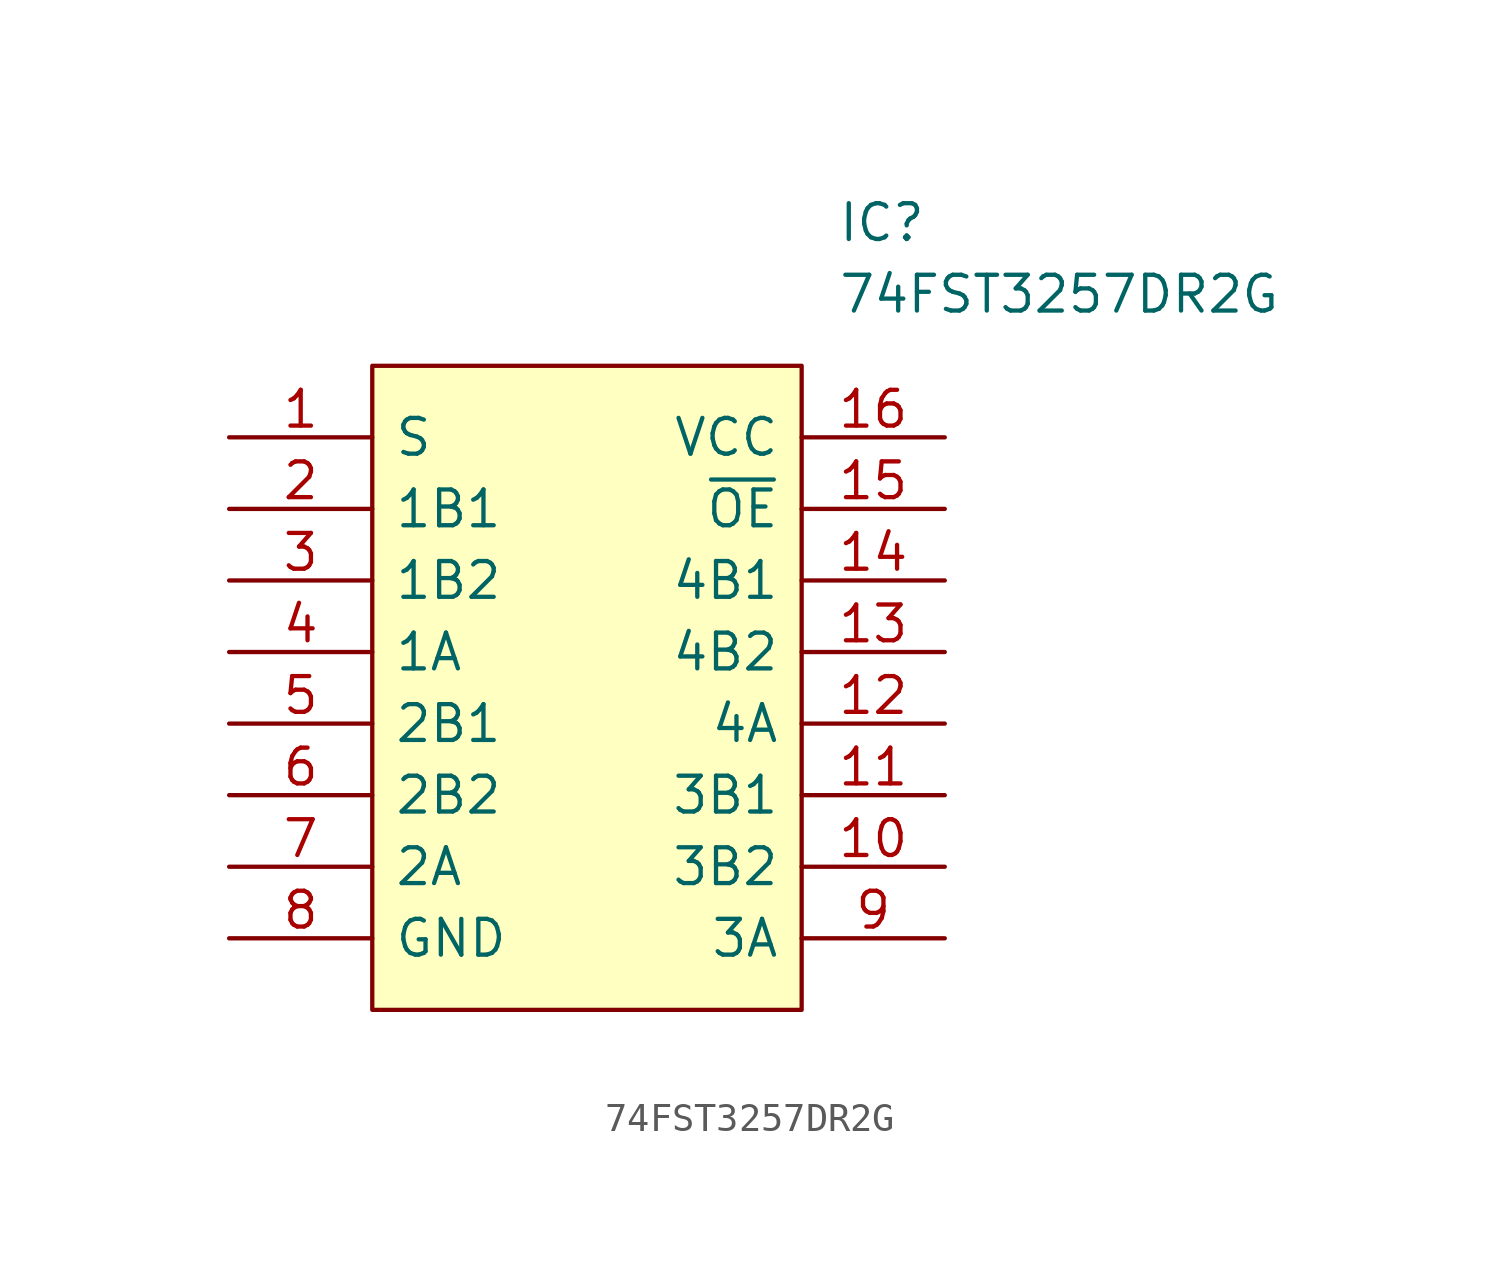
<source format=kicad_sym>
(kicad_symbol_lib
  (version 20211014)
  (generator kicad_symbol_editor)
  (symbol "74FST3257DR2G"
    (pin_names
      (offset 0.762))
    (property "Reference" "IC"
      (at 21.59 7.62 0)
      (effects (font (size 1.27 1.27)) (justify left)))
    (property "Value" "74FST3257DR2G"
      (at 21.59 5.08 0)
      (effects (font (size 1.27 1.27)) (justify left)))
    (symbol "74FST3257DR2G_0_0"
      (pin passive line (at 0 0 0) (length 5.08) (name "S" (effects (font (size 1.27 1.27)))) (number "1" (effects (font (size 1.27 1.27)))))
      (pin passive line (at 25.4 -15.24 180) (length 5.08) (name "3B2" (effects (font (size 1.27 1.27)))) (number "10" (effects (font (size 1.27 1.27)))))
      (pin passive line (at 25.4 -12.7 180) (length 5.08) (name "3B1" (effects (font (size 1.27 1.27)))) (number "11" (effects (font (size 1.27 1.27)))))
      (pin passive line (at 25.4 -10.16 180) (length 5.08) (name "4A" (effects (font (size 1.27 1.27)))) (number "12" (effects (font (size 1.27 1.27)))))
      (pin passive line (at 25.4 -7.62 180) (length 5.08) (name "4B2" (effects (font (size 1.27 1.27)))) (number "13" (effects (font (size 1.27 1.27)))))
      (pin passive line (at 25.4 -5.08 180) (length 5.08) (name "4B1" (effects (font (size 1.27 1.27)))) (number "14" (effects (font (size 1.27 1.27)))))
      (pin passive line (at 25.4 -2.54 180) (length 5.08) (name "~{OE}" (effects (font (size 1.27 1.27)))) (number "15" (effects (font (size 1.27 1.27)))))
      (pin passive line (at 25.4 0 180) (length 5.08) (name "VCC" (effects (font (size 1.27 1.27)))) (number "16" (effects (font (size 1.27 1.27)))))
      (pin passive line (at 0 -2.54 0) (length 5.08) (name "1B1" (effects (font (size 1.27 1.27)))) (number "2" (effects (font (size 1.27 1.27)))))
      (pin passive line (at 0 -5.08 0) (length 5.08) (name "1B2" (effects (font (size 1.27 1.27)))) (number "3" (effects (font (size 1.27 1.27)))))
      (pin passive line (at 0 -7.62 0) (length 5.08) (name "1A" (effects (font (size 1.27 1.27)))) (number "4" (effects (font (size 1.27 1.27)))))
      (pin passive line (at 0 -10.16 0) (length 5.08) (name "2B1" (effects (font (size 1.27 1.27)))) (number "5" (effects (font (size 1.27 1.27)))))
      (pin passive line (at 0 -12.7 0) (length 5.08) (name "2B2" (effects (font (size 1.27 1.27)))) (number "6" (effects (font (size 1.27 1.27)))))
      (pin passive line (at 0 -15.24 0) (length 5.08) (name "2A" (effects (font (size 1.27 1.27)))) (number "7" (effects (font (size 1.27 1.27)))))
      (pin passive line (at 0 -17.78 0) (length 5.08) (name "GND" (effects (font (size 1.27 1.27)))) (number "8" (effects (font (size 1.27 1.27)))))
      (pin passive line (at 25.4 -17.78 180) (length 5.08) (name "3A" (effects (font (size 1.27 1.27)))) (number "9" (effects (font (size 1.27 1.27))))))
    (symbol "74FST3257DR2G_0_1"
      (polyline (pts (xy 5.08 2.54) (xy 20.32 2.54) (xy 20.32 -20.32) (xy 5.08 -20.32) (xy 5.08 2.54)) (stroke (width 0.152) (type default) (color 0 0 0 0)) (fill (type background))))))
</source>
